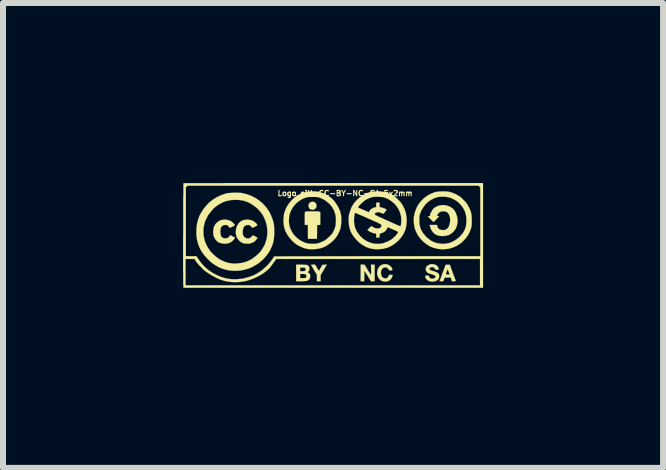
<source format=kicad_pcb>
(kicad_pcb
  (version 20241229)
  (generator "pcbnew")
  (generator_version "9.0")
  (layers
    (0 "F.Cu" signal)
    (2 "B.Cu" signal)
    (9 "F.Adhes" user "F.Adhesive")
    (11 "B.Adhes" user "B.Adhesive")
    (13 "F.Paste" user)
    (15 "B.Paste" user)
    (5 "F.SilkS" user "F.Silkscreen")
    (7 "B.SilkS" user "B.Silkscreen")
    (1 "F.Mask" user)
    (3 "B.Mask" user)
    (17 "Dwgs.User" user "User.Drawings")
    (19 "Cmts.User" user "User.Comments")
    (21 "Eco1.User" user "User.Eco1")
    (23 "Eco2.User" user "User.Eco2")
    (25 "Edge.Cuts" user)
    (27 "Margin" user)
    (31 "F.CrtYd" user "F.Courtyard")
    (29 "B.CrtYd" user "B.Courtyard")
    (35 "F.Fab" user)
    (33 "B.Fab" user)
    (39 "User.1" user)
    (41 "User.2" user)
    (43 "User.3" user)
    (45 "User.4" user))
  (footprint "Logo_silk_CC-BY-NC-SA_5x2mm"
    (layer "F.Cu")
    (at 2.501 0.872)
    (property "Reference" "Logo_silk_CC-BY-NC-SA_5x2mm" (at 0.2 -0.7 0) (layer "F.SilkS") (effects (font (size 0.089 0.089) (thickness 0.018))))
    (attr through_hole)
    (fp_poly (pts (xy -0.277 -0.488) (xy -0.279 -0.467) (xy -0.29 -0.45) (xy -0.307 -0.437) (xy -0.33 -0.427) (xy -0.345 -0.427) (xy -0.363 -0.429) (xy -0.366 -0.432) (xy -0.378 -0.437) (xy -0.386 -0.439) (xy -0.391 -0.442) (xy -0.396 -0.452) (xy -0.399 -0.455) (xy -0.409 -0.48) (xy -0.409 -0.503) (xy -0.401 -0.526) (xy -0.389 -0.544) (xy -0.368 -0.554) (xy -0.343 -0.559) (xy -0.34 -0.561) (xy -0.318 -0.556) (xy -0.297 -0.544) (xy -0.284 -0.528) (xy -0.277 -0.511) (xy -0.277 -0.488)) (stroke (width 0.003) (type solid)) (fill yes) (layer "F.SilkS"))
    (fp_poly (pts (xy 0.693 0.765) (xy 0.663 0.765) (xy 0.632 0.765) (xy 0.577 0.676) (xy 0.521 0.587) (xy 0.521 0.676) (xy 0.518 0.765) (xy 0.488 0.765) (xy 0.46 0.765) (xy 0.46 0.627) (xy 0.46 0.488) (xy 0.49 0.488) (xy 0.523 0.488) (xy 0.577 0.577) (xy 0.592 0.602) (xy 0.607 0.625) (xy 0.62 0.643) (xy 0.627 0.655) (xy 0.632 0.66) (xy 0.632 0.655) (xy 0.635 0.643) (xy 0.635 0.622) (xy 0.635 0.597) (xy 0.635 0.574) (xy 0.632 0.488) (xy 0.663 0.488) (xy 0.693 0.488) (xy 0.693 0.627) (xy 0.693 0.765)) (stroke (width 0.003) (type solid)) (fill yes) (layer "F.SilkS"))
    (fp_poly (pts (xy -0.104 0.488) (xy -0.157 0.577) (xy -0.208 0.663) (xy -0.208 0.714) (xy -0.208 0.765) (xy -0.239 0.765) (xy -0.269 0.765) (xy -0.269 0.711) (xy -0.269 0.658) (xy -0.318 0.577) (xy -0.333 0.551) (xy -0.345 0.528) (xy -0.356 0.511) (xy -0.363 0.498) (xy -0.368 0.493) (xy -0.363 0.49) (xy -0.353 0.49) (xy -0.335 0.488) (xy -0.3 0.488) (xy -0.269 0.541) (xy -0.254 0.566) (xy -0.244 0.582) (xy -0.236 0.589) (xy -0.234 0.589) (xy -0.229 0.582) (xy -0.221 0.569) (xy -0.211 0.549) (xy -0.203 0.536) (xy -0.175 0.49) (xy -0.14 0.49) (xy -0.104 0.488)) (stroke (width 0.003) (type solid)) (fill yes) (layer "F.SilkS"))
    (fp_poly (pts (xy 2.045 0.759) (xy 2.04 0.762) (xy 2.027 0.765) (xy 2.012 0.765) (xy 1.981 0.765) (xy 1.971 0.734) (xy 1.963 0.704) (xy 1.943 0.704) (xy 1.943 0.653) (xy 1.928 0.61) (xy 1.92 0.589) (xy 1.915 0.574) (xy 1.91 0.569) (xy 1.91 0.566) (xy 1.905 0.574) (xy 1.9 0.587) (xy 1.895 0.602) (xy 1.887 0.62) (xy 1.882 0.635) (xy 1.88 0.648) (xy 1.88 0.65) (xy 1.885 0.653) (xy 1.895 0.653) (xy 1.91 0.653) (xy 1.943 0.653) (xy 1.943 0.704) (xy 1.91 0.704) (xy 1.859 0.704) (xy 1.849 0.734) (xy 1.836 0.765) (xy 1.806 0.765) (xy 1.775 0.765) (xy 1.826 0.627) (xy 1.877 0.49) (xy 1.913 0.49) (xy 1.946 0.49) (xy 1.994 0.625) (xy 2.007 0.658) (xy 2.019 0.688) (xy 2.029 0.716) (xy 2.037 0.739) (xy 2.042 0.752) (xy 2.045 0.759)) (stroke (width 0.003) (type solid)) (fill yes) (layer "F.SilkS"))
    (fp_poly (pts (xy -0.213 -0.353) (xy -0.213 -0.338) (xy -0.213 -0.318) (xy -0.213 -0.29) (xy -0.213 -0.264) (xy -0.213 -0.175) (xy -0.239 -0.173) (xy -0.267 -0.17) (xy -0.267 -0.056) (xy -0.269 0.058) (xy -0.343 0.058) (xy -0.419 0.058) (xy -0.419 -0.056) (xy -0.419 -0.175) (xy -0.439 -0.173) (xy -0.455 -0.173) (xy -0.465 -0.173) (xy -0.467 -0.173) (xy -0.47 -0.175) (xy -0.472 -0.183) (xy -0.472 -0.198) (xy -0.472 -0.221) (xy -0.472 -0.249) (xy -0.472 -0.274) (xy -0.472 -0.31) (xy -0.472 -0.338) (xy -0.472 -0.358) (xy -0.47 -0.371) (xy -0.47 -0.381) (xy -0.467 -0.386) (xy -0.465 -0.389) (xy -0.462 -0.391) (xy -0.46 -0.394) (xy -0.455 -0.396) (xy -0.445 -0.396) (xy -0.432 -0.399) (xy -0.411 -0.399) (xy -0.386 -0.399) (xy -0.351 -0.399) (xy -0.343 -0.399) (xy -0.305 -0.399) (xy -0.274 -0.399) (xy -0.251 -0.396) (xy -0.234 -0.396) (xy -0.224 -0.391) (xy -0.216 -0.386) (xy -0.213 -0.381) (xy -0.213 -0.371) (xy -0.213 -0.361) (xy -0.213 -0.353)) (stroke (width 0.003) (type solid)) (fill yes) (layer "F.SilkS"))
    (fp_poly (pts (xy 0.993 0.658) (xy 0.991 0.673) (xy 0.978 0.709) (xy 0.96 0.734) (xy 0.935 0.754) (xy 0.904 0.767) (xy 0.869 0.77) (xy 0.846 0.767) (xy 0.82 0.762) (xy 0.8 0.752) (xy 0.78 0.737) (xy 0.77 0.726) (xy 0.752 0.699) (xy 0.739 0.665) (xy 0.734 0.632) (xy 0.737 0.597) (xy 0.747 0.561) (xy 0.765 0.531) (xy 0.775 0.518) (xy 0.8 0.498) (xy 0.831 0.485) (xy 0.864 0.48) (xy 0.894 0.483) (xy 0.925 0.493) (xy 0.95 0.508) (xy 0.973 0.531) (xy 0.978 0.544) (xy 0.986 0.559) (xy 0.988 0.572) (xy 0.988 0.574) (xy 0.988 0.579) (xy 0.983 0.582) (xy 0.97 0.584) (xy 0.963 0.584) (xy 0.945 0.584) (xy 0.937 0.582) (xy 0.93 0.577) (xy 0.927 0.569) (xy 0.912 0.549) (xy 0.892 0.538) (xy 0.871 0.533) (xy 0.848 0.538) (xy 0.828 0.549) (xy 0.813 0.566) (xy 0.808 0.577) (xy 0.8 0.597) (xy 0.798 0.622) (xy 0.8 0.65) (xy 0.805 0.673) (xy 0.808 0.678) (xy 0.823 0.699) (xy 0.843 0.711) (xy 0.866 0.719) (xy 0.889 0.716) (xy 0.899 0.711) (xy 0.912 0.701) (xy 0.922 0.686) (xy 0.93 0.671) (xy 0.93 0.665) (xy 0.93 0.663) (xy 0.937 0.66) (xy 0.953 0.658) (xy 0.96 0.658) (xy 0.993 0.658)) (stroke (width 0.003) (type solid)) (fill yes) (layer "F.SilkS"))
    (fp_poly (pts (xy -1.633 0.041) (xy -1.643 0.053) (xy -1.656 0.074) (xy -1.676 0.091) (xy -1.697 0.109) (xy -1.717 0.122) (xy -1.722 0.124) (xy -1.758 0.135) (xy -1.801 0.14) (xy -1.831 0.137) (xy -1.875 0.13) (xy -1.913 0.114) (xy -1.943 0.089) (xy -1.968 0.058) (xy -1.986 0.023) (xy -1.996 -0.018) (xy -1.999 -0.066) (xy -1.996 -0.079) (xy -1.991 -0.122) (xy -1.979 -0.157) (xy -1.956 -0.191) (xy -1.948 -0.201) (xy -1.915 -0.229) (xy -1.88 -0.249) (xy -1.839 -0.259) (xy -1.793 -0.262) (xy -1.773 -0.259) (xy -1.75 -0.254) (xy -1.727 -0.246) (xy -1.709 -0.241) (xy -1.694 -0.231) (xy -1.679 -0.218) (xy -1.664 -0.203) (xy -1.648 -0.191) (xy -1.641 -0.178) (xy -1.638 -0.17) (xy -1.643 -0.165) (xy -1.654 -0.157) (xy -1.671 -0.147) (xy -1.679 -0.145) (xy -1.72 -0.124) (xy -1.742 -0.15) (xy -1.755 -0.163) (xy -1.765 -0.17) (xy -1.775 -0.173) (xy -1.788 -0.173) (xy -1.796 -0.173) (xy -1.824 -0.17) (xy -1.847 -0.157) (xy -1.864 -0.137) (xy -1.867 -0.135) (xy -1.872 -0.117) (xy -1.877 -0.091) (xy -1.88 -0.064) (xy -1.877 -0.036) (xy -1.875 -0.01) (xy -1.872 0) (xy -1.859 0.023) (xy -1.844 0.041) (xy -1.821 0.048) (xy -1.796 0.051) (xy -1.77 0.048) (xy -1.75 0.041) (xy -1.735 0.025) (xy -1.727 0.015) (xy -1.72 0.005) (xy -1.712 0) (xy -1.707 0) (xy -1.694 0.008) (xy -1.676 0.015) (xy -1.671 0.02) (xy -1.633 0.041)) (stroke (width 0.003) (type solid)) (fill yes) (layer "F.SilkS"))
    (fp_poly (pts (xy -1.262 0.038) (xy -1.262 0.046) (xy -1.267 0.056) (xy -1.275 0.066) (xy -1.303 0.097) (xy -1.336 0.119) (xy -1.372 0.132) (xy -1.412 0.14) (xy -1.458 0.137) (xy -1.496 0.132) (xy -1.527 0.117) (xy -1.557 0.097) (xy -1.562 0.091) (xy -1.587 0.061) (xy -1.608 0.025) (xy -1.618 -0.015) (xy -1.621 -0.023) (xy -1.621 -0.069) (xy -1.615 -0.112) (xy -1.603 -0.152) (xy -1.582 -0.188) (xy -1.557 -0.218) (xy -1.527 -0.239) (xy -1.506 -0.249) (xy -1.468 -0.259) (xy -1.427 -0.262) (xy -1.384 -0.257) (xy -1.346 -0.246) (xy -1.341 -0.244) (xy -1.323 -0.234) (xy -1.303 -0.218) (xy -1.285 -0.203) (xy -1.27 -0.185) (xy -1.267 -0.178) (xy -1.262 -0.173) (xy -1.262 -0.168) (xy -1.267 -0.163) (xy -1.278 -0.157) (xy -1.295 -0.147) (xy -1.303 -0.145) (xy -1.344 -0.124) (xy -1.369 -0.15) (xy -1.382 -0.163) (xy -1.392 -0.17) (xy -1.4 -0.173) (xy -1.415 -0.173) (xy -1.42 -0.173) (xy -1.448 -0.17) (xy -1.468 -0.16) (xy -1.486 -0.14) (xy -1.494 -0.127) (xy -1.501 -0.102) (xy -1.506 -0.069) (xy -1.506 -0.038) (xy -1.501 -0.008) (xy -1.496 0.005) (xy -1.481 0.028) (xy -1.46 0.043) (xy -1.435 0.051) (xy -1.41 0.053) (xy -1.387 0.046) (xy -1.364 0.03) (xy -1.354 0.018) (xy -1.344 0.008) (xy -1.344 0.003) (xy -1.341 0) (xy -1.333 0.003) (xy -1.321 0.008) (xy -1.303 0.015) (xy -1.285 0.025) (xy -1.273 0.033) (xy -1.262 0.038)) (stroke (width 0.003) (type solid)) (fill yes) (layer "F.SilkS"))
    (fp_poly (pts (xy -0.381 0.693) (xy -0.389 0.719) (xy -0.404 0.742) (xy -0.427 0.754) (xy -0.434 0.757) (xy -0.445 0.759) (xy -0.445 0.678) (xy -0.445 0.663) (xy -0.452 0.653) (xy -0.455 0.653) (xy -0.455 0.564) (xy -0.46 0.551) (xy -0.462 0.546) (xy -0.47 0.541) (xy -0.483 0.538) (xy -0.503 0.538) (xy -0.508 0.538) (xy -0.549 0.538) (xy -0.549 0.554) (xy -0.551 0.572) (xy -0.549 0.584) (xy -0.549 0.592) (xy -0.546 0.597) (xy -0.538 0.599) (xy -0.523 0.599) (xy -0.513 0.599) (xy -0.488 0.597) (xy -0.47 0.594) (xy -0.465 0.592) (xy -0.457 0.579) (xy -0.455 0.564) (xy -0.455 0.653) (xy -0.465 0.648) (xy -0.483 0.645) (xy -0.508 0.643) (xy -0.549 0.643) (xy -0.549 0.678) (xy -0.549 0.714) (xy -0.505 0.714) (xy -0.483 0.714) (xy -0.467 0.711) (xy -0.457 0.709) (xy -0.452 0.706) (xy -0.445 0.693) (xy -0.445 0.678) (xy -0.445 0.759) (xy -0.447 0.759) (xy -0.46 0.762) (xy -0.48 0.762) (xy -0.505 0.765) (xy -0.531 0.765) (xy -0.615 0.765) (xy -0.615 0.627) (xy -0.615 0.488) (xy -0.531 0.488) (xy -0.495 0.49) (xy -0.467 0.49) (xy -0.447 0.493) (xy -0.432 0.495) (xy -0.419 0.5) (xy -0.411 0.508) (xy -0.406 0.513) (xy -0.399 0.526) (xy -0.396 0.546) (xy -0.394 0.566) (xy -0.396 0.577) (xy -0.401 0.589) (xy -0.411 0.602) (xy -0.414 0.602) (xy -0.422 0.612) (xy -0.422 0.617) (xy -0.419 0.617) (xy -0.406 0.627) (xy -0.391 0.64) (xy -0.384 0.658) (xy -0.381 0.665) (xy -0.381 0.693)) (stroke (width 0.003) (type solid)) (fill yes) (layer "F.SilkS"))
    (fp_poly (pts (xy 1.768 0.693) (xy 1.763 0.714) (xy 1.753 0.732) (xy 1.748 0.737) (xy 1.73 0.752) (xy 1.702 0.765) (xy 1.671 0.77) (xy 1.641 0.77) (xy 1.636 0.77) (xy 1.6 0.762) (xy 1.572 0.747) (xy 1.552 0.726) (xy 1.539 0.701) (xy 1.539 0.699) (xy 1.537 0.683) (xy 1.539 0.673) (xy 1.547 0.671) (xy 1.565 0.671) (xy 1.57 0.671) (xy 1.585 0.671) (xy 1.593 0.673) (xy 1.598 0.681) (xy 1.6 0.688) (xy 1.61 0.706) (xy 1.628 0.719) (xy 1.648 0.724) (xy 1.674 0.721) (xy 1.687 0.716) (xy 1.702 0.709) (xy 1.709 0.696) (xy 1.707 0.683) (xy 1.704 0.676) (xy 1.697 0.668) (xy 1.684 0.663) (xy 1.664 0.655) (xy 1.638 0.645) (xy 1.623 0.643) (xy 1.6 0.635) (xy 1.582 0.627) (xy 1.572 0.62) (xy 1.565 0.612) (xy 1.549 0.589) (xy 1.544 0.566) (xy 1.547 0.544) (xy 1.557 0.523) (xy 1.575 0.505) (xy 1.595 0.493) (xy 1.621 0.483) (xy 1.651 0.48) (xy 1.679 0.483) (xy 1.709 0.493) (xy 1.735 0.508) (xy 1.75 0.528) (xy 1.758 0.554) (xy 1.76 0.574) (xy 1.732 0.574) (xy 1.714 0.574) (xy 1.707 0.572) (xy 1.702 0.566) (xy 1.697 0.559) (xy 1.689 0.544) (xy 1.671 0.533) (xy 1.654 0.528) (xy 1.633 0.531) (xy 1.618 0.538) (xy 1.615 0.541) (xy 1.608 0.551) (xy 1.605 0.561) (xy 1.61 0.569) (xy 1.613 0.574) (xy 1.623 0.579) (xy 1.643 0.589) (xy 1.674 0.597) (xy 1.676 0.597) (xy 1.709 0.61) (xy 1.735 0.62) (xy 1.75 0.632) (xy 1.763 0.648) (xy 1.768 0.665) (xy 1.768 0.671) (xy 1.768 0.693)) (stroke (width 0.003) (type solid)) (fill yes) (layer "F.SilkS"))
    (fp_poly (pts (xy 2.075 -0.251) (xy 2.073 -0.203) (xy 2.062 -0.157) (xy 2.045 -0.114) (xy 2.035 -0.097) (xy 2.019 -0.076) (xy 2.004 -0.058) (xy 2.002 -0.056) (xy 1.963 -0.025) (xy 1.923 -0.003) (xy 1.875 0.008) (xy 1.826 0.013) (xy 1.778 0.008) (xy 1.775 0.008) (xy 1.732 -0.003) (xy 1.694 -0.023) (xy 1.664 -0.053) (xy 1.638 -0.089) (xy 1.621 -0.135) (xy 1.613 -0.16) (xy 1.608 -0.173) (xy 1.671 -0.173) (xy 1.732 -0.173) (xy 1.737 -0.152) (xy 1.742 -0.132) (xy 1.758 -0.114) (xy 1.773 -0.099) (xy 1.775 -0.099) (xy 1.786 -0.094) (xy 1.801 -0.091) (xy 1.814 -0.089) (xy 1.847 -0.086) (xy 1.877 -0.094) (xy 1.902 -0.112) (xy 1.923 -0.135) (xy 1.938 -0.168) (xy 1.948 -0.208) (xy 1.951 -0.244) (xy 1.951 -0.282) (xy 1.943 -0.318) (xy 1.933 -0.345) (xy 1.93 -0.348) (xy 1.915 -0.373) (xy 1.892 -0.389) (xy 1.869 -0.399) (xy 1.836 -0.401) (xy 1.806 -0.399) (xy 1.781 -0.389) (xy 1.758 -0.371) (xy 1.745 -0.353) (xy 1.737 -0.335) (xy 1.735 -0.325) (xy 1.737 -0.32) (xy 1.75 -0.32) (xy 1.753 -0.318) (xy 1.77 -0.318) (xy 1.722 -0.269) (xy 1.674 -0.221) (xy 1.626 -0.269) (xy 1.577 -0.318) (xy 1.595 -0.318) (xy 1.61 -0.32) (xy 1.618 -0.33) (xy 1.618 -0.343) (xy 1.621 -0.356) (xy 1.628 -0.373) (xy 1.641 -0.394) (xy 1.651 -0.414) (xy 1.664 -0.434) (xy 1.676 -0.447) (xy 1.709 -0.472) (xy 1.748 -0.49) (xy 1.788 -0.5) (xy 1.834 -0.505) (xy 1.877 -0.5) (xy 1.923 -0.488) (xy 1.951 -0.475) (xy 1.986 -0.452) (xy 2.017 -0.422) (xy 2.04 -0.386) (xy 2.057 -0.343) (xy 2.07 -0.3) (xy 2.075 -0.251)) (stroke (width 0.003) (type solid)) (fill yes) (layer "F.SilkS"))
    (fp_poly (pts (xy -0.98 -0.069) (xy -0.98 -0.033) (xy -0.983 0.013) (xy -0.986 0.056) (xy -0.993 0.094) (xy -1.001 0.13) (xy -1.013 0.165) (xy -1.024 0.191) (xy -1.054 0.257) (xy -1.095 0.318) (xy -1.095 -0.069) (xy -1.1 -0.137) (xy -1.115 -0.206) (xy -1.138 -0.269) (xy -1.168 -0.333) (xy -1.209 -0.389) (xy -1.255 -0.442) (xy -1.311 -0.488) (xy -1.372 -0.528) (xy -1.374 -0.531) (xy -1.435 -0.559) (xy -1.499 -0.579) (xy -1.565 -0.589) (xy -1.633 -0.592) (xy -1.702 -0.587) (xy -1.768 -0.574) (xy -1.831 -0.554) (xy -1.872 -0.533) (xy -1.93 -0.498) (xy -1.984 -0.455) (xy -2.029 -0.404) (xy -2.073 -0.351) (xy -2.106 -0.292) (xy -2.134 -0.231) (xy -2.144 -0.196) (xy -2.159 -0.124) (xy -2.162 -0.053) (xy -2.156 0.015) (xy -2.141 0.084) (xy -2.118 0.147) (xy -2.083 0.211) (xy -2.042 0.269) (xy -1.991 0.323) (xy -1.933 0.371) (xy -1.875 0.409) (xy -1.811 0.439) (xy -1.745 0.46) (xy -1.676 0.47) (xy -1.603 0.47) (xy -1.537 0.462) (xy -1.476 0.45) (xy -1.415 0.427) (xy -1.356 0.396) (xy -1.303 0.358) (xy -1.252 0.315) (xy -1.206 0.267) (xy -1.171 0.213) (xy -1.14 0.16) (xy -1.133 0.142) (xy -1.11 0.071) (xy -1.097 0) (xy -1.095 -0.069) (xy -1.095 0.318) (xy -1.14 0.373) (xy -1.194 0.427) (xy -1.252 0.472) (xy -1.316 0.511) (xy -1.382 0.544) (xy -1.448 0.566) (xy -1.519 0.582) (xy -1.552 0.587) (xy -1.582 0.589) (xy -1.608 0.589) (xy -1.631 0.592) (xy -1.648 0.592) (xy -1.669 0.589) (xy -1.687 0.589) (xy -1.763 0.579) (xy -1.836 0.559) (xy -1.905 0.531) (xy -1.971 0.493) (xy -2.035 0.447) (xy -2.095 0.389) (xy -2.149 0.328) (xy -2.195 0.264) (xy -2.228 0.198) (xy -2.253 0.13) (xy -2.271 0.056) (xy -2.278 -0.018) (xy -2.278 -0.058) (xy -2.276 -0.13) (xy -2.266 -0.198) (xy -2.25 -0.259) (xy -2.228 -0.323) (xy -2.207 -0.361) (xy -2.167 -0.427) (xy -2.118 -0.49) (xy -2.065 -0.546) (xy -2.004 -0.594) (xy -1.938 -0.635) (xy -1.869 -0.668) (xy -1.798 -0.693) (xy -1.753 -0.704) (xy -1.72 -0.706) (xy -1.679 -0.709) (xy -1.636 -0.711) (xy -1.593 -0.709) (xy -1.549 -0.709) (xy -1.514 -0.704) (xy -1.506 -0.701) (xy -1.43 -0.683) (xy -1.359 -0.655) (xy -1.29 -0.62) (xy -1.227 -0.577) (xy -1.168 -0.526) (xy -1.118 -0.47) (xy -1.072 -0.406) (xy -1.036 -0.338) (xy -1.008 -0.267) (xy -1.003 -0.249) (xy -0.993 -0.213) (xy -0.986 -0.18) (xy -0.983 -0.147) (xy -0.98 -0.109) (xy -0.98 -0.069)) (stroke (width 0.003) (type solid)) (fill yes) (layer "F.SilkS"))
    (fp_poly (pts (xy 2.311 -0.239) (xy 2.311 -0.198) (xy 2.309 -0.165) (xy 2.304 -0.137) (xy 2.304 -0.132) (xy 2.281 -0.066) (xy 2.25 -0.005) (xy 2.223 0.03) (xy 2.223 -0.234) (xy 2.223 -0.264) (xy 2.22 -0.305) (xy 2.215 -0.338) (xy 2.207 -0.368) (xy 2.197 -0.399) (xy 2.184 -0.427) (xy 2.154 -0.478) (xy 2.116 -0.523) (xy 2.07 -0.564) (xy 2.019 -0.597) (xy 1.966 -0.622) (xy 1.951 -0.627) (xy 1.915 -0.635) (xy 1.875 -0.643) (xy 1.829 -0.643) (xy 1.788 -0.643) (xy 1.75 -0.638) (xy 1.745 -0.638) (xy 1.689 -0.62) (xy 1.633 -0.592) (xy 1.585 -0.559) (xy 1.539 -0.516) (xy 1.504 -0.467) (xy 1.471 -0.414) (xy 1.453 -0.368) (xy 1.445 -0.348) (xy 1.443 -0.333) (xy 1.44 -0.318) (xy 1.438 -0.3) (xy 1.438 -0.279) (xy 1.438 -0.251) (xy 1.438 -0.208) (xy 1.443 -0.173) (xy 1.45 -0.14) (xy 1.46 -0.107) (xy 1.473 -0.081) (xy 1.496 -0.043) (xy 1.527 -0.003) (xy 1.56 0.033) (xy 1.598 0.064) (xy 1.631 0.089) (xy 1.681 0.114) (xy 1.74 0.132) (xy 1.798 0.14) (xy 1.857 0.142) (xy 1.915 0.132) (xy 1.933 0.13) (xy 1.986 0.109) (xy 2.037 0.081) (xy 2.085 0.048) (xy 2.126 0.008) (xy 2.162 -0.033) (xy 2.189 -0.081) (xy 2.192 -0.086) (xy 2.21 -0.132) (xy 2.22 -0.18) (xy 2.223 -0.234) (xy 2.223 0.03) (xy 2.212 0.048) (xy 2.164 0.099) (xy 2.123 0.135) (xy 2.065 0.173) (xy 2.002 0.201) (xy 1.938 0.221) (xy 1.869 0.231) (xy 1.798 0.231) (xy 1.75 0.226) (xy 1.687 0.211) (xy 1.623 0.188) (xy 1.567 0.155) (xy 1.511 0.112) (xy 1.463 0.064) (xy 1.455 0.053) (xy 1.415 0) (xy 1.384 -0.058) (xy 1.361 -0.119) (xy 1.349 -0.185) (xy 1.344 -0.251) (xy 1.349 -0.318) (xy 1.364 -0.384) (xy 1.387 -0.447) (xy 1.394 -0.462) (xy 1.427 -0.521) (xy 1.468 -0.572) (xy 1.516 -0.62) (xy 1.57 -0.66) (xy 1.628 -0.691) (xy 1.689 -0.716) (xy 1.704 -0.719) (xy 1.722 -0.724) (xy 1.737 -0.726) (xy 1.758 -0.729) (xy 1.778 -0.729) (xy 1.806 -0.732) (xy 1.831 -0.732) (xy 1.864 -0.732) (xy 1.892 -0.729) (xy 1.913 -0.729) (xy 1.93 -0.726) (xy 1.948 -0.721) (xy 1.956 -0.719) (xy 1.996 -0.706) (xy 2.04 -0.688) (xy 2.08 -0.665) (xy 2.111 -0.648) (xy 2.134 -0.63) (xy 2.156 -0.607) (xy 2.182 -0.582) (xy 2.207 -0.556) (xy 2.225 -0.533) (xy 2.233 -0.523) (xy 2.25 -0.493) (xy 2.268 -0.457) (xy 2.286 -0.419) (xy 2.299 -0.384) (xy 2.299 -0.376) (xy 2.306 -0.351) (xy 2.309 -0.315) (xy 2.311 -0.277) (xy 2.311 -0.239)) (stroke (width 0.003) (type solid)) (fill yes) (layer "F.SilkS"))
    (fp_poly (pts (xy 0.137 -0.262) (xy 0.137 -0.216) (xy 0.132 -0.173) (xy 0.127 -0.132) (xy 0.124 -0.122) (xy 0.112 -0.084) (xy 0.094 -0.043) (xy 0.074 -0.003) (xy 0.053 0.028) (xy 0.048 0.033) (xy 0.048 -0.249) (xy 0.046 -0.302) (xy 0.038 -0.351) (xy 0.023 -0.396) (xy 0.013 -0.422) (xy -0.015 -0.47) (xy -0.051 -0.516) (xy -0.097 -0.556) (xy -0.145 -0.592) (xy -0.198 -0.617) (xy -0.229 -0.63) (xy -0.246 -0.635) (xy -0.262 -0.638) (xy -0.279 -0.64) (xy -0.3 -0.64) (xy -0.328 -0.64) (xy -0.34 -0.64) (xy -0.373 -0.64) (xy -0.396 -0.64) (xy -0.414 -0.638) (xy -0.429 -0.635) (xy -0.447 -0.632) (xy -0.455 -0.63) (xy -0.511 -0.607) (xy -0.564 -0.574) (xy -0.612 -0.536) (xy -0.653 -0.49) (xy -0.688 -0.439) (xy -0.714 -0.381) (xy -0.724 -0.351) (xy -0.732 -0.318) (xy -0.734 -0.279) (xy -0.737 -0.241) (xy -0.734 -0.201) (xy -0.729 -0.168) (xy -0.726 -0.155) (xy -0.706 -0.097) (xy -0.676 -0.041) (xy -0.638 0.008) (xy -0.592 0.051) (xy -0.566 0.071) (xy -0.513 0.104) (xy -0.457 0.127) (xy -0.396 0.14) (xy -0.335 0.142) (xy -0.284 0.14) (xy -0.239 0.13) (xy -0.193 0.112) (xy -0.15 0.091) (xy -0.137 0.086) (xy -0.122 0.074) (xy -0.102 0.058) (xy -0.079 0.038) (xy -0.058 0.02) (xy -0.058 0.018) (xy -0.036 -0.003) (xy -0.02 -0.02) (xy -0.008 -0.038) (xy 0.003 -0.058) (xy 0.008 -0.069) (xy 0.028 -0.114) (xy 0.041 -0.155) (xy 0.046 -0.201) (xy 0.048 -0.249) (xy 0.048 0.033) (xy 0.048 0.038) (xy 0.005 0.084) (xy -0.041 0.127) (xy -0.097 0.165) (xy -0.152 0.196) (xy -0.211 0.216) (xy -0.224 0.218) (xy -0.254 0.224) (xy -0.29 0.229) (xy -0.325 0.231) (xy -0.363 0.231) (xy -0.396 0.231) (xy -0.417 0.229) (xy -0.483 0.213) (xy -0.544 0.188) (xy -0.605 0.155) (xy -0.66 0.112) (xy -0.683 0.089) (xy -0.729 0.036) (xy -0.767 -0.018) (xy -0.798 -0.079) (xy -0.813 -0.13) (xy -0.818 -0.15) (xy -0.82 -0.17) (xy -0.823 -0.193) (xy -0.826 -0.216) (xy -0.826 -0.246) (xy -0.823 -0.292) (xy -0.82 -0.33) (xy -0.818 -0.353) (xy -0.798 -0.417) (xy -0.77 -0.478) (xy -0.734 -0.533) (xy -0.691 -0.584) (xy -0.643 -0.63) (xy -0.589 -0.668) (xy -0.531 -0.699) (xy -0.467 -0.719) (xy -0.455 -0.721) (xy -0.424 -0.726) (xy -0.389 -0.732) (xy -0.348 -0.732) (xy -0.305 -0.732) (xy -0.267 -0.729) (xy -0.234 -0.724) (xy -0.216 -0.719) (xy -0.152 -0.696) (xy -0.091 -0.665) (xy -0.036 -0.627) (xy 0.01 -0.582) (xy 0.051 -0.528) (xy 0.086 -0.472) (xy 0.114 -0.409) (xy 0.132 -0.343) (xy 0.132 -0.34) (xy 0.137 -0.302) (xy 0.137 -0.262)) (stroke (width 0.003) (type solid)) (fill yes) (layer "F.SilkS"))
    (fp_poly (pts (xy 2.499 0.874) (xy 2.454 0.874) (xy 2.454 0.348) (xy 2.454 -0.224) (xy 2.454 -0.8) (xy 2.438 -0.815) (xy 2.426 -0.828) (xy 0 -0.828) (xy -2.426 -0.828) (xy -2.438 -0.815) (xy -2.454 -0.8) (xy -2.454 -0.224) (xy -2.454 0.348) (xy -2.365 0.348) (xy -2.276 0.348) (xy -2.243 0.399) (xy -2.195 0.465) (xy -2.139 0.526) (xy -2.078 0.579) (xy -2.009 0.625) (xy -1.935 0.665) (xy -1.859 0.696) (xy -1.778 0.719) (xy -1.712 0.729) (xy -1.679 0.732) (xy -1.638 0.732) (xy -1.595 0.732) (xy -1.552 0.726) (xy -1.514 0.724) (xy -1.491 0.719) (xy -1.405 0.696) (xy -1.326 0.668) (xy -1.252 0.627) (xy -1.184 0.582) (xy -1.118 0.523) (xy -1.092 0.498) (xy -1.069 0.472) (xy -1.046 0.445) (xy -1.026 0.419) (xy -1.013 0.399) (xy -0.98 0.351) (xy 0.734 0.348) (xy 2.454 0.348) (xy 2.454 0.874) (xy 2.449 0.874) (xy 2.449 0.833) (xy 2.449 0.615) (xy 2.449 0.394) (xy 0.749 0.394) (xy -0.947 0.394) (xy -0.98 0.439) (xy -1.019 0.493) (xy -1.054 0.541) (xy -1.095 0.579) (xy -1.135 0.612) (xy -1.181 0.645) (xy -1.214 0.665) (xy -1.27 0.693) (xy -1.318 0.716) (xy -1.364 0.734) (xy -1.41 0.749) (xy -1.458 0.762) (xy -1.46 0.762) (xy -1.534 0.775) (xy -1.6 0.78) (xy -1.664 0.78) (xy -1.73 0.775) (xy -1.798 0.762) (xy -1.875 0.739) (xy -1.951 0.706) (xy -2.029 0.663) (xy -2.108 0.612) (xy -2.134 0.592) (xy -2.154 0.577) (xy -2.177 0.554) (xy -2.202 0.528) (xy -2.23 0.5) (xy -2.253 0.472) (xy -2.276 0.447) (xy -2.291 0.424) (xy -2.299 0.409) (xy -2.309 0.394) (xy -2.383 0.394) (xy -2.459 0.394) (xy -2.459 0.615) (xy -2.459 0.833) (xy -0.003 0.833) (xy 2.449 0.833) (xy 2.449 0.874) (xy 0.003 0.874) (xy -2.492 0.874) (xy -2.497 0.803) (xy -2.497 0.787) (xy -2.497 0.765) (xy -2.497 0.734) (xy -2.497 0.693) (xy -2.497 0.648) (xy -2.499 0.597) (xy -2.499 0.538) (xy -2.499 0.478) (xy -2.499 0.411) (xy -2.499 0.34) (xy -2.499 0.267) (xy -2.499 0.191) (xy -2.499 0.112) (xy -2.499 0.033) (xy -2.497 -0.043) (xy -2.497 -0.122) (xy -2.497 -0.201) (xy -2.497 -0.277) (xy -2.497 -0.353) (xy -2.497 -0.427) (xy -2.497 -0.495) (xy -2.497 -0.559) (xy -2.497 -0.62) (xy -2.494 -0.676) (xy -2.494 -0.726) (xy -2.494 -0.77) (xy -2.494 -0.805) (xy -2.494 -0.833) (xy -2.494 -0.853) (xy -2.492 -0.866) (xy -2.487 -0.869) (xy -2.471 -0.869) (xy -2.449 -0.869) (xy -2.416 -0.869) (xy -2.375 -0.869) (xy -2.324 -0.869) (xy -2.266 -0.869) (xy -2.202 -0.869) (xy -2.129 -0.869) (xy -2.05 -0.869) (xy -1.966 -0.869) (xy -1.875 -0.869) (xy -1.778 -0.871) (xy -1.676 -0.871) (xy -1.57 -0.871) (xy -1.458 -0.871) (xy -1.344 -0.871) (xy -1.224 -0.871) (xy -1.102 -0.871) (xy -0.975 -0.871) (xy -0.848 -0.871) (xy -0.719 -0.871) (xy -0.584 -0.871) (xy -0.452 -0.871) (xy -0.315 -0.871) (xy -0.18 -0.871) (xy -0.043 -0.871) (xy 0.091 -0.871) (xy 0.226 -0.871) (xy 0.363 -0.871) (xy 0.498 -0.871) (xy 0.63 -0.871) (xy 0.762 -0.871) (xy 0.892 -0.871) (xy 1.019 -0.871) (xy 1.143 -0.871) (xy 1.262 -0.871) (xy 1.382 -0.871) (xy 1.494 -0.871) (xy 1.603 -0.871) (xy 1.707 -0.871) (xy 1.806 -0.871) (xy 1.902 -0.871) (xy 1.989 -0.871) (xy 2.073 -0.871) (xy 2.146 -0.871) (xy 2.215 -0.871) (xy 2.278 -0.871) (xy 2.332 -0.871) (xy 2.377 -0.871) (xy 2.416 -0.871) (xy 2.443 -0.871) (xy 2.464 -0.871) (xy 2.474 -0.871) (xy 2.477 -0.871) (xy 2.499 -0.869) (xy 2.499 0.003) (xy 2.499 0.874)) (stroke (width 0.003) (type solid)) (fill yes) (layer "F.SilkS"))
    (fp_poly (pts (xy 1.227 -0.236) (xy 1.224 -0.198) (xy 1.219 -0.155) (xy 1.212 -0.119) (xy 1.201 -0.084) (xy 1.186 -0.048) (xy 1.184 -0.046) (xy 1.161 -0.003) (xy 1.138 0.03) (xy 1.138 -0.254) (xy 1.133 -0.315) (xy 1.118 -0.373) (xy 1.095 -0.429) (xy 1.064 -0.48) (xy 1.024 -0.526) (xy 0.978 -0.566) (xy 0.925 -0.602) (xy 0.914 -0.607) (xy 0.871 -0.625) (xy 0.828 -0.638) (xy 0.78 -0.643) (xy 0.726 -0.643) (xy 0.696 -0.643) (xy 0.673 -0.64) (xy 0.655 -0.638) (xy 0.638 -0.632) (xy 0.617 -0.625) (xy 0.594 -0.617) (xy 0.569 -0.605) (xy 0.549 -0.594) (xy 0.546 -0.592) (xy 0.531 -0.584) (xy 0.513 -0.569) (xy 0.493 -0.551) (xy 0.47 -0.531) (xy 0.452 -0.513) (xy 0.434 -0.495) (xy 0.424 -0.48) (xy 0.419 -0.475) (xy 0.417 -0.467) (xy 0.419 -0.462) (xy 0.429 -0.457) (xy 0.439 -0.452) (xy 0.457 -0.445) (xy 0.48 -0.434) (xy 0.505 -0.424) (xy 0.521 -0.417) (xy 0.594 -0.384) (xy 0.607 -0.406) (xy 0.625 -0.429) (xy 0.65 -0.447) (xy 0.678 -0.46) (xy 0.691 -0.465) (xy 0.719 -0.47) (xy 0.719 -0.508) (xy 0.719 -0.544) (xy 0.747 -0.544) (xy 0.775 -0.544) (xy 0.775 -0.508) (xy 0.775 -0.47) (xy 0.805 -0.465) (xy 0.823 -0.46) (xy 0.843 -0.452) (xy 0.864 -0.445) (xy 0.879 -0.437) (xy 0.889 -0.429) (xy 0.892 -0.427) (xy 0.889 -0.422) (xy 0.881 -0.409) (xy 0.871 -0.396) (xy 0.866 -0.389) (xy 0.836 -0.358) (xy 0.808 -0.371) (xy 0.782 -0.381) (xy 0.757 -0.386) (xy 0.734 -0.384) (xy 0.714 -0.378) (xy 0.701 -0.368) (xy 0.696 -0.353) (xy 0.696 -0.348) (xy 0.699 -0.345) (xy 0.701 -0.34) (xy 0.709 -0.338) (xy 0.719 -0.33) (xy 0.732 -0.325) (xy 0.752 -0.315) (xy 0.777 -0.302) (xy 0.808 -0.29) (xy 0.846 -0.272) (xy 0.894 -0.249) (xy 0.907 -0.244) (xy 0.95 -0.226) (xy 0.991 -0.206) (xy 1.026 -0.191) (xy 1.059 -0.175) (xy 1.085 -0.165) (xy 1.105 -0.157) (xy 1.118 -0.15) (xy 1.123 -0.15) (xy 1.125 -0.155) (xy 1.13 -0.168) (xy 1.133 -0.188) (xy 1.133 -0.193) (xy 1.138 -0.254) (xy 1.138 0.03) (xy 1.135 0.033) (xy 1.105 0.069) (xy 1.082 0.094) (xy 1.082 -0.053) (xy 1.077 -0.061) (xy 1.064 -0.069) (xy 1.044 -0.079) (xy 1.016 -0.091) (xy 1.001 -0.097) (xy 0.912 -0.137) (xy 0.897 -0.107) (xy 0.876 -0.076) (xy 0.851 -0.056) (xy 0.818 -0.041) (xy 0.813 -0.038) (xy 0.795 -0.033) (xy 0.782 -0.028) (xy 0.777 -0.018) (xy 0.775 -0.005) (xy 0.775 0.005) (xy 0.772 0.038) (xy 0.747 0.038) (xy 0.719 0.038) (xy 0.719 0.005) (xy 0.719 -0.01) (xy 0.719 -0.023) (xy 0.714 -0.028) (xy 0.704 -0.03) (xy 0.688 -0.036) (xy 0.676 -0.036) (xy 0.658 -0.041) (xy 0.635 -0.051) (xy 0.612 -0.061) (xy 0.592 -0.074) (xy 0.584 -0.079) (xy 0.572 -0.089) (xy 0.605 -0.122) (xy 0.622 -0.14) (xy 0.635 -0.15) (xy 0.643 -0.152) (xy 0.645 -0.152) (xy 0.671 -0.135) (xy 0.693 -0.122) (xy 0.714 -0.117) (xy 0.739 -0.114) (xy 0.742 -0.114) (xy 0.77 -0.117) (xy 0.79 -0.127) (xy 0.803 -0.142) (xy 0.808 -0.157) (xy 0.805 -0.173) (xy 0.803 -0.178) (xy 0.798 -0.18) (xy 0.792 -0.185) (xy 0.782 -0.191) (xy 0.767 -0.198) (xy 0.749 -0.208) (xy 0.724 -0.221) (xy 0.691 -0.234) (xy 0.653 -0.251) (xy 0.607 -0.272) (xy 0.584 -0.282) (xy 0.541 -0.302) (xy 0.5 -0.32) (xy 0.465 -0.335) (xy 0.432 -0.348) (xy 0.406 -0.361) (xy 0.386 -0.368) (xy 0.373 -0.373) (xy 0.368 -0.373) (xy 0.363 -0.366) (xy 0.358 -0.351) (xy 0.356 -0.328) (xy 0.351 -0.302) (xy 0.351 -0.277) (xy 0.348 -0.251) (xy 0.348 -0.246) (xy 0.353 -0.188) (xy 0.366 -0.13) (xy 0.389 -0.076) (xy 0.419 -0.028) (xy 0.455 0.015) (xy 0.495 0.053) (xy 0.541 0.086) (xy 0.592 0.112) (xy 0.648 0.132) (xy 0.704 0.142) (xy 0.762 0.142) (xy 0.8 0.14) (xy 0.861 0.124) (xy 0.919 0.099) (xy 0.973 0.069) (xy 1.021 0.028) (xy 1.052 -0.003) (xy 1.064 -0.02) (xy 1.077 -0.036) (xy 1.082 -0.046) (xy 1.082 -0.053) (xy 1.082 0.094) (xy 1.079 0.097) (xy 1.024 0.142) (xy 0.968 0.178) (xy 0.907 0.206) (xy 0.848 0.221) (xy 0.818 0.226) (xy 0.782 0.229) (xy 0.747 0.231) (xy 0.711 0.231) (xy 0.681 0.229) (xy 0.676 0.229) (xy 0.61 0.216) (xy 0.549 0.193) (xy 0.49 0.16) (xy 0.434 0.119) (xy 0.391 0.076) (xy 0.348 0.025) (xy 0.315 -0.023) (xy 0.29 -0.076) (xy 0.272 -0.132) (xy 0.262 -0.196) (xy 0.262 -0.231) (xy 0.259 -0.264) (xy 0.259 -0.29) (xy 0.262 -0.31) (xy 0.264 -0.333) (xy 0.267 -0.348) (xy 0.287 -0.414) (xy 0.312 -0.475) (xy 0.348 -0.533) (xy 0.391 -0.584) (xy 0.442 -0.63) (xy 0.498 -0.668) (xy 0.533 -0.688) (xy 0.579 -0.709) (xy 0.622 -0.721) (xy 0.671 -0.729) (xy 0.719 -0.732) (xy 0.79 -0.732) (xy 0.859 -0.721) (xy 0.919 -0.704) (xy 0.98 -0.676) (xy 1.036 -0.638) (xy 1.077 -0.602) (xy 1.123 -0.554) (xy 1.161 -0.498) (xy 1.191 -0.437) (xy 1.212 -0.373) (xy 1.224 -0.307) (xy 1.227 -0.236)) (stroke (width 0.003) (type solid)) (fill yes) (layer "F.SilkS")))
  (gr_rect
    (start -3 -3)
    (end 8.001 4.748)
    (stroke (width 0.1) (type default))
    (fill no)
    (layer "Edge.Cuts")))
</source>
